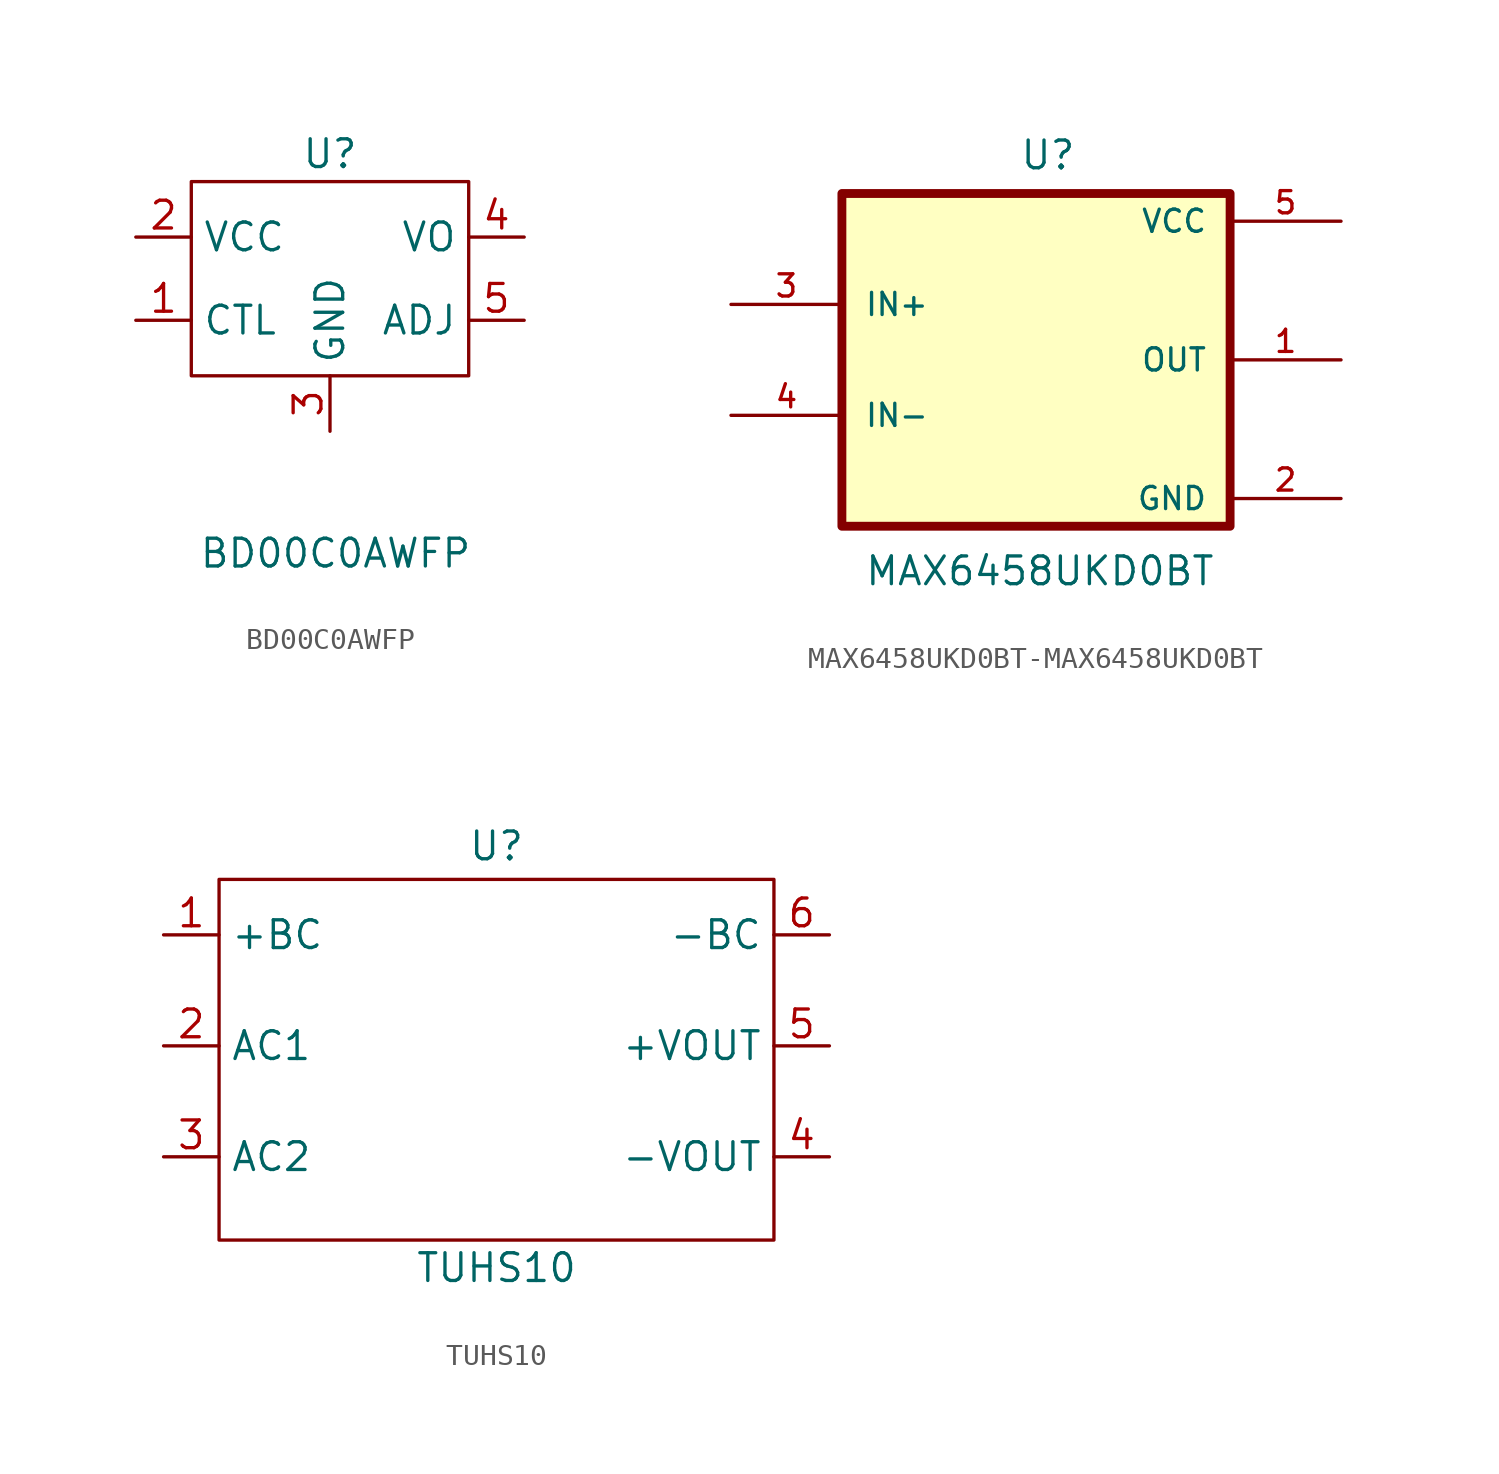
<source format=kicad_sym>
(kicad_symbol_lib
  (version 20231120)
  (generator "kicad_symbol_editor")
  (generator_version "8.0")
  (symbol "BD00C0AWFP"
    (property "Reference" "U"
      (at 0 0 0)
      (effects (font (size 1.27 1.27))))
    (property "Value" "BD00C0AWFP"
      (at 0.254 -18.288 0)
      (effects (font (size 1.27 1.27))))
    (symbol "BD00C0AWFP_0_1"
      (rectangle (start -6.35 -1.27) (end 6.35 -10.16) (stroke (width 0) (type default)) (fill (type none))))
    (symbol "BD00C0AWFP_1_1"
      (pin input line (at -8.89 -7.62 0) (length 2.54) (name "CTL" (effects (font (size 1.27 1.27)))) (number "1" (effects (font (size 1.27 1.27)))))
      (pin power_in line (at -8.89 -3.81 0) (length 2.54) (name "VCC" (effects (font (size 1.27 1.27)))) (number "2" (effects (font (size 1.27 1.27)))))
      (pin input line (at 0 -12.7 90) (length 2.54) (name "GND" (effects (font (size 1.27 1.27)))) (number "3" (effects (font (size 1.27 1.27)))))
      (pin power_out line (at 8.89 -3.81 180) (length 2.54) (name "VO" (effects (font (size 1.27 1.27)))) (number "4" (effects (font (size 1.27 1.27)))))
      (pin input line (at 8.89 -7.62 180) (length 2.54) (name "ADJ" (effects (font (size 1.27 1.27)))) (number "5" (effects (font (size 1.27 1.27)))))))
  (symbol "MAX6458UKD0BT-MAX6458UKD0BT"
    (pin_names
      (offset 1.016))
    (property "Reference" "U"
      (at -0.762 8.636 0)
      (effects (font (size 1.27 1.27)) (justify left bottom)))
    (property "Value" "MAX6458UKD0BT"
      (at -7.874 -10.414 0)
      (effects (font (size 1.27 1.27)) (justify left bottom)))
    (symbol "MAX6458UKD0BT-MAX6458UKD0BT_0_0"
      (rectangle (start -8.89 7.62) (end 8.89 -7.62) (stroke (width 0.406) (type solid)) (fill (type background)))
      (pin output line (at 13.97 0 180) (length 5.08) (name "OUT" (effects (font (size 1.016 1.016)))) (number "1" (effects (font (size 1.016 1.016)))))
      (pin power_in line (at 13.97 -6.35 180) (length 5.08) (name "GND" (effects (font (size 1.016 1.016)))) (number "2" (effects (font (size 1.016 1.016)))))
      (pin input line (at -13.97 2.54 0) (length 5.08) (name "IN+" (effects (font (size 1.016 1.016)))) (number "3" (effects (font (size 1.016 1.016)))))
      (pin input line (at -13.97 -2.54 0) (length 5.08) (name "IN-" (effects (font (size 1.016 1.016)))) (number "4" (effects (font (size 1.016 1.016)))))
      (pin power_in line (at 13.97 6.35 180) (length 5.08) (name "VCC" (effects (font (size 1.016 1.016)))) (number "5" (effects (font (size 1.016 1.016)))))))
  (symbol "TUHS10"
    (property "Reference" "U"
      (at 0 9.144 0)
      (effects (font (size 1.27 1.27))))
    (property "Value" "TUHS10"
      (at 0 -10.16 0)
      (effects (font (size 1.27 1.27))))
    (symbol "TUHS10_1_1"
      (rectangle (start -12.7 7.62) (end 12.7 -8.89) (stroke (width 0) (type solid)) (fill (type none)))
      (pin input line (at -15.24 5.08 0) (length 2.54) (name "+BC" (effects (font (size 1.27 1.27)))) (number "1" (effects (font (size 1.27 1.27)))))
      (pin input line (at -15.24 0 0) (length 2.54) (name "AC1" (effects (font (size 1.27 1.27)))) (number "2" (effects (font (size 1.27 1.27)))))
      (pin input line (at -15.24 -5.08 0) (length 2.54) (name "AC2" (effects (font (size 1.27 1.27)))) (number "3" (effects (font (size 1.27 1.27)))))
      (pin output line (at 15.24 -5.08 180) (length 2.54) (name "-VOUT" (effects (font (size 1.27 1.27)))) (number "4" (effects (font (size 1.27 1.27)))))
      (pin output line (at 15.24 0 180) (length 2.54) (name "+VOUT" (effects (font (size 1.27 1.27)))) (number "5" (effects (font (size 1.27 1.27)))))
      (pin input line (at 15.24 5.08 180) (length 2.54) (name "-BC" (effects (font (size 1.27 1.27)))) (number "6" (effects (font (size 1.27 1.27))))))))
</source>
